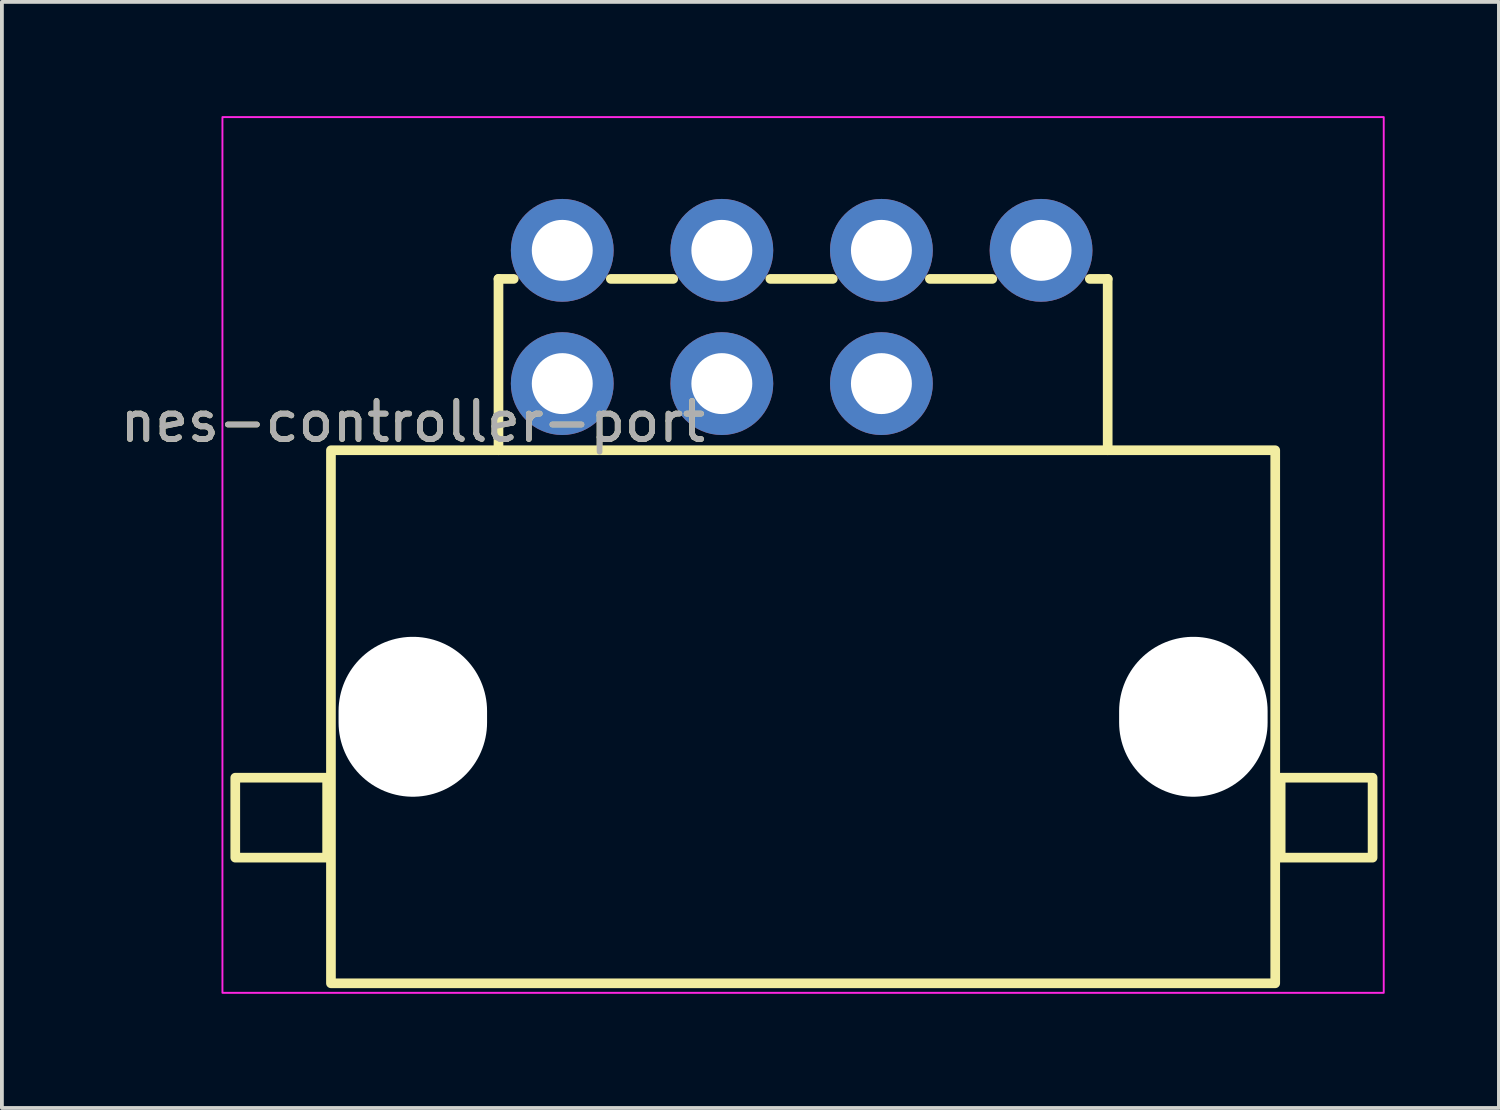
<source format=kicad_pcb>
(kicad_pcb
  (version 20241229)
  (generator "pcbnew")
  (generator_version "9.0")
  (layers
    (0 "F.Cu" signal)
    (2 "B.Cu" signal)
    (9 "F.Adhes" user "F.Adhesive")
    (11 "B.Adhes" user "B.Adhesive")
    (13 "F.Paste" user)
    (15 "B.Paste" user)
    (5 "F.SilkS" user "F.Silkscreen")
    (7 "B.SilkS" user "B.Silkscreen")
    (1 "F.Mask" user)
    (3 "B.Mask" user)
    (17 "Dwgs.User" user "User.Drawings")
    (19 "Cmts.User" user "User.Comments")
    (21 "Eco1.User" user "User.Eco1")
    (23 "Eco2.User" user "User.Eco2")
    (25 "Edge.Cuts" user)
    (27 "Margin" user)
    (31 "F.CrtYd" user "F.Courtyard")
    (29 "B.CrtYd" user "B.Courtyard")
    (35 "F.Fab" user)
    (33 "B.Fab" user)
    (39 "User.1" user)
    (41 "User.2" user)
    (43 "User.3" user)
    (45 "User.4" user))
  (footprint "nes-controller-port"
    (layer "F.Cu")
    (at 18.042 8.525)
    (property "Reference" "nes-controller-port" (at -10.25 -0.5 0) (unlocked yes) (layer "F.SilkS") (effects (font (size 1 1) (thickness 0.15))))
    (attr through_hole)
    (fp_line (start -8 -4.25) (end -8 0.25) (stroke (width 0.254) (type solid)) (layer "F.SilkS"))
    (fp_line (start -8 -4.25) (end -7.6 -4.25) (stroke (width 0.254) (type solid)) (layer "F.SilkS"))
    (fp_line (start -3.41 -4.25) (end -5.05 -4.25) (stroke (width 0.254) (type solid)) (layer "F.SilkS"))
    (fp_line (start 0.78 -4.25) (end -0.86 -4.25) (stroke (width 0.254) (type solid)) (layer "F.SilkS"))
    (fp_line (start 4.97 -4.25) (end 3.33 -4.25) (stroke (width 0.254) (type solid)) (layer "F.SilkS"))
    (fp_line (start 8 -4.25) (end 7.53 -4.25) (stroke (width 0.254) (type solid)) (layer "F.SilkS"))
    (fp_line (start 8 0.25) (end 8 -4.25) (stroke (width 0.254) (type solid)) (layer "F.SilkS"))
    (fp_rect (start -12.5 10.95) (end -14.913 8.85) (stroke (width 0.254) (type solid)) (fill no) (layer "F.SilkS"))
    (fp_rect (start 12.4 14.25) (end -12.4 0.25) (stroke (width 0.254) (type solid)) (fill no) (layer "F.SilkS"))
    (fp_rect (start 14.957 10.95) (end 12.543 8.85) (stroke (width 0.254) (type solid)) (fill no) (layer "F.SilkS"))
    (fp_rect (start -15.25 14.5) (end 15.25 -8.5) (stroke (width 0.05) (type solid)) (fill no) (layer "F.CrtYd"))
    (fp_text user "${REFERENCE}" (at -10.25 -0.5 0) (unlocked yes) (layer "F.Fab") (effects (font (size 1 1) (thickness 0.15))))
    (pad "" np_thru_hole oval (at -10.25 7.25) (size 3.9 4.2) (drill oval 3.9 4.2) (layers "*.Cu" "*.Mask"))
    (pad "" np_thru_hole oval (at 10.25 7.25) (size 3.9 4.2) (drill oval 3.9 4.2) (layers "*.Cu" "*.Mask"))
    (pad "1" thru_hole circle (at -6.325 -5) (size 2.7 2.7) (drill 1.6) (layers "*.Cu" "*.Mask"))
    (pad "2" thru_hole circle (at -2.134 -5) (size 2.7 2.7) (drill 1.6) (layers "*.Cu" "*.Mask"))
    (pad "3" thru_hole circle (at 2.057 -5) (size 2.7 2.7) (drill 1.6) (layers "*.Cu" "*.Mask"))
    (pad "4" thru_hole circle (at 6.25 -5) (size 2.7 2.7) (drill 1.6) (layers "*.Cu" "*.Mask"))
    (pad "5" thru_hole circle (at -6.325 -1.5) (size 2.7 2.7) (drill 1.6) (layers "*.Cu" "*.Mask"))
    (pad "6" thru_hole circle (at -2.134 -1.5) (size 2.7 2.7) (drill 1.6) (layers "*.Cu" "*.Mask"))
    (pad "7" thru_hole circle (at 2.057 -1.5) (size 2.7 2.7) (drill 1.6) (layers "*.Cu" "*.Mask")))
  (gr_rect
    (start -3 -3)
    (end 36.317 26.05)
    (stroke (width 0.1) (type default))
    (fill no)
    (layer "Edge.Cuts")))
</source>
